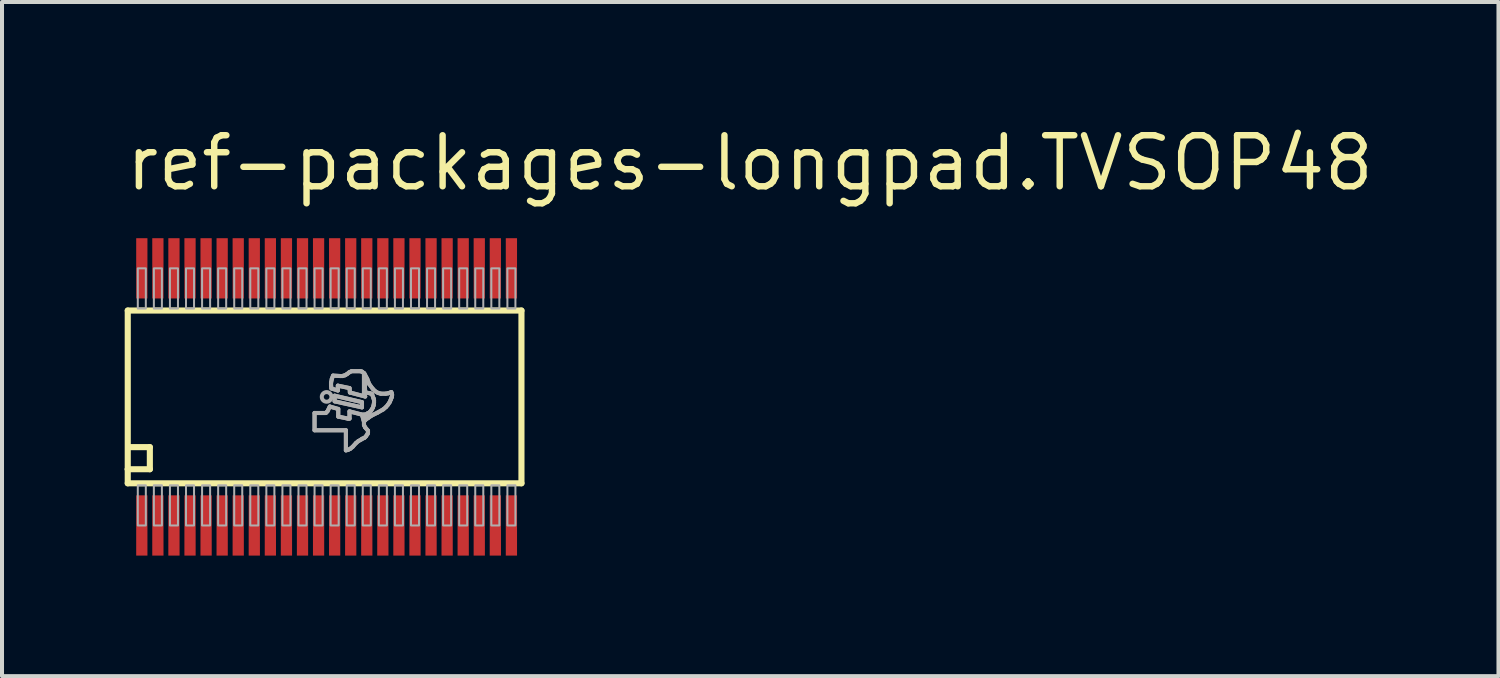
<source format=kicad_pcb>
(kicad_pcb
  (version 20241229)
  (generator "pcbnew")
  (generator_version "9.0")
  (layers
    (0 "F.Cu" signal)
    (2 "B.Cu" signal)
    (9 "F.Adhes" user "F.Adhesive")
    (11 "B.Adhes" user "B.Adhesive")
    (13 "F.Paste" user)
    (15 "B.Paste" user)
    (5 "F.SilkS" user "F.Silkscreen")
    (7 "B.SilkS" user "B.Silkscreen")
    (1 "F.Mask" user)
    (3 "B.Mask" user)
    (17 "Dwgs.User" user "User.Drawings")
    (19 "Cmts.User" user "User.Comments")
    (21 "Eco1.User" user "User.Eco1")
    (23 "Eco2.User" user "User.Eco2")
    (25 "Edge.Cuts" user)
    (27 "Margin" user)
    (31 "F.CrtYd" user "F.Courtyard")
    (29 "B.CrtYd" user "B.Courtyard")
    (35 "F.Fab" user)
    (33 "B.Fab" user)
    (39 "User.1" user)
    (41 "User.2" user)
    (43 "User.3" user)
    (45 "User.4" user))
  (footprint "ref-packages-longpad.TVSOP48"
    (layer "F.Cu")
    (at 5.08 6.83)
    (property "Reference" "ref-packages-longpad.TVSOP48" (at -5.08 -5.08 0) (layer "F.SilkS") (effects (font (size 1.27 1.27) (thickness 0.16)) (justify left bottom)))
    (attr smd)
    (fp_line (start -4.95 -2.15) (end 4.85 -2.15) (stroke (width 0.152) (type default)) (layer "F.SilkS"))
    (fp_line (start -4.95 1.8) (end -4.95 -2.15) (stroke (width 0.152) (type default)) (layer "F.SilkS"))
    (fp_line (start -4.95 2.15) (end -4.95 1.8) (stroke (width 0.152) (type default)) (layer "F.SilkS"))
    (fp_line (start -4.9 1.25) (end -4.4 1.25) (stroke (width 0.152) (type default)) (layer "F.SilkS"))
    (fp_line (start -4.4 1.25) (end -4.4 1.8) (stroke (width 0.152) (type default)) (layer "F.SilkS"))
    (fp_line (start -4.4 1.8) (end -4.95 1.8) (stroke (width 0.152) (type default)) (layer "F.SilkS"))
    (fp_line (start 4.85 -2.15) (end 4.85 2.15) (stroke (width 0.152) (type default)) (layer "F.SilkS"))
    (fp_line (start 4.85 2.15) (end -4.95 2.15) (stroke (width 0.152) (type default)) (layer "F.SilkS"))
    (fp_line (start -0.3 0.4) (end -0.3 0.83) (stroke (width 0.102) (type default)) (layer "F.Fab"))
    (fp_line (start -0.3 0.83) (end 0.48 0.83) (stroke (width 0.102) (type default)) (layer "F.Fab"))
    (fp_line (start -0.02 0.4) (end -0.3 0.4) (stroke (width 0.102) (type default)) (layer "F.Fab"))
    (fp_line (start 0.02 0.36) (end -0.02 0.4) (stroke (width 0.102) (type default)) (layer "F.Fab"))
    (fp_line (start 0.08 0.24) (end 0.02 0.36) (stroke (width 0.102) (type default)) (layer "F.Fab"))
    (fp_line (start 0.11 -0.35) (end 0.11 -0.29) (stroke (width 0.102) (type default)) (layer "F.Fab"))
    (fp_line (start 0.11 -0.29) (end 0.12 -0.21) (stroke (width 0.102) (type default)) (layer "F.Fab"))
    (fp_line (start 0.12 -0.21) (end 0.28 -0.16) (stroke (width 0.102) (type default)) (layer "F.Fab"))
    (fp_line (start 0.13 -0.45) (end 0.11 -0.35) (stroke (width 0.102) (type default)) (layer "F.Fab"))
    (fp_line (start 0.16 -0.53) (end 0.13 -0.45) (stroke (width 0.102) (type default)) (layer "F.Fab"))
    (fp_line (start 0.2 -0.03) (end 0.2 0.11) (stroke (width 0.102) (type default)) (layer "F.Fab"))
    (fp_line (start 0.2 0.11) (end 0.88 0.26) (stroke (width 0.102) (type default)) (layer "F.Fab"))
    (fp_line (start 0.28 -0.28) (end 0.57 -0.22) (stroke (width 0.102) (type default)) (layer "F.Fab"))
    (fp_line (start 0.28 -0.16) (end 0.28 -0.28) (stroke (width 0.102) (type default)) (layer "F.Fab"))
    (fp_line (start 0.29 0.3) (end 0.08 0.24) (stroke (width 0.102) (type default)) (layer "F.Fab"))
    (fp_line (start 0.29 0.49) (end 0.29 0.3) (stroke (width 0.102) (type default)) (layer "F.Fab"))
    (fp_line (start 0.34 -0.52) (end 0.16 -0.53) (stroke (width 0.102) (type default)) (layer "F.Fab"))
    (fp_line (start 0.39 -0.52) (end 0.34 -0.52) (stroke (width 0.102) (type default)) (layer "F.Fab"))
    (fp_line (start 0.46 -0.54) (end 0.39 -0.52) (stroke (width 0.102) (type default)) (layer "F.Fab"))
    (fp_line (start 0.48 0.83) (end 0.48 1.33) (stroke (width 0.102) (type default)) (layer "F.Fab"))
    (fp_line (start 0.48 1.33) (end 0.53 1.32) (stroke (width 0.102) (type default)) (layer "F.Fab"))
    (fp_line (start 0.51 -0.57) (end 0.46 -0.54) (stroke (width 0.102) (type default)) (layer "F.Fab"))
    (fp_line (start 0.53 0.54) (end 0.29 0.49) (stroke (width 0.102) (type default)) (layer "F.Fab"))
    (fp_line (start 0.53 1.32) (end 0.59 1.29) (stroke (width 0.102) (type default)) (layer "F.Fab"))
    (fp_line (start 0.56 -0.61) (end 0.51 -0.57) (stroke (width 0.102) (type default)) (layer "F.Fab"))
    (fp_line (start 0.57 -0.22) (end 0.58 -0.11) (stroke (width 0.102) (type default)) (layer "F.Fab"))
    (fp_line (start 0.57 0.36) (end 0.57 0.54) (stroke (width 0.102) (type default)) (layer "F.Fab"))
    (fp_line (start 0.57 0.54) (end 0.53 0.54) (stroke (width 0.102) (type default)) (layer "F.Fab"))
    (fp_line (start 0.58 -0.11) (end 0.96 -0.01) (stroke (width 0.102) (type default)) (layer "F.Fab"))
    (fp_line (start 0.59 1.29) (end 0.65 1.24) (stroke (width 0.102) (type default)) (layer "F.Fab"))
    (fp_line (start 0.62 -0.64) (end 0.56 -0.61) (stroke (width 0.102) (type default)) (layer "F.Fab"))
    (fp_line (start 0.65 1.24) (end 0.73 1.15) (stroke (width 0.102) (type default)) (layer "F.Fab"))
    (fp_line (start 0.73 1.15) (end 0.79 1.1) (stroke (width 0.102) (type default)) (layer "F.Fab"))
    (fp_line (start 0.79 1.1) (end 0.86 1.06) (stroke (width 0.102) (type default)) (layer "F.Fab"))
    (fp_line (start 0.84 -0.64) (end 0.62 -0.64) (stroke (width 0.102) (type default)) (layer "F.Fab"))
    (fp_line (start 0.86 1.06) (end 0.89 1.04) (stroke (width 0.102) (type default)) (layer "F.Fab"))
    (fp_line (start 0.88 -0.63) (end 0.84 -0.64) (stroke (width 0.102) (type default)) (layer "F.Fab"))
    (fp_line (start 0.88 0.13) (end 0.2 -0.03) (stroke (width 0.102) (type default)) (layer "F.Fab"))
    (fp_line (start 0.88 0.26) (end 0.88 0.13) (stroke (width 0.102) (type default)) (layer "F.Fab"))
    (fp_line (start 0.88 0.44) (end 0.57 0.36) (stroke (width 0.102) (type default)) (layer "F.Fab"))
    (fp_line (start 0.89 1.04) (end 0.94 1.02) (stroke (width 0.102) (type default)) (layer "F.Fab"))
    (fp_line (start 0.93 -0.59) (end 0.88 -0.63) (stroke (width 0.102) (type default)) (layer "F.Fab"))
    (fp_line (start 0.93 -0.09) (end 0.93 -0.59) (stroke (width 0.102) (type default)) (layer "F.Fab"))
    (fp_line (start 0.93 0.44) (end 0.93 0.59) (stroke (width 0.102) (type default)) (layer "F.Fab"))
    (fp_line (start 0.93 0.59) (end 0.95 0.59) (stroke (width 0.102) (type default)) (layer "F.Fab"))
    (fp_line (start 0.93 0.62) (end 0.88 0.44) (stroke (width 0.102) (type default)) (layer "F.Fab"))
    (fp_line (start 0.93 0.7) (end 0.93 0.62) (stroke (width 0.102) (type default)) (layer "F.Fab"))
    (fp_line (start 0.94 -0.58) (end 0.96 -0.11) (stroke (width 0.102) (type default)) (layer "F.Fab"))
    (fp_line (start 0.94 1.02) (end 0.98 0.98) (stroke (width 0.102) (type default)) (layer "F.Fab"))
    (fp_line (start 0.95 0.59) (end 0.98 0.56) (stroke (width 0.102) (type default)) (layer "F.Fab"))
    (fp_line (start 0.96 -0.11) (end 0.98 -0.11) (stroke (width 0.102) (type default)) (layer "F.Fab"))
    (fp_line (start 0.96 -0.01) (end 0.93 -0.09) (stroke (width 0.102) (type default)) (layer "F.Fab"))
    (fp_line (start 0.96 0.76) (end 0.93 0.7) (stroke (width 0.102) (type default)) (layer "F.Fab"))
    (fp_line (start 0.98 -0.11) (end 1.08 -0.09) (stroke (width 0.102) (type default)) (layer "F.Fab"))
    (fp_line (start 0.98 0.44) (end 0.93 0.44) (stroke (width 0.102) (type default)) (layer "F.Fab"))
    (fp_line (start 0.98 0.56) (end 1.04 0.52) (stroke (width 0.102) (type default)) (layer "F.Fab"))
    (fp_line (start 0.98 0.98) (end 1.02 0.92) (stroke (width 0.102) (type default)) (layer "F.Fab"))
    (fp_line (start 1.01 -0.45) (end 0.94 -0.58) (stroke (width 0.102) (type default)) (layer "F.Fab"))
    (fp_line (start 1.01 0.42) (end 0.98 0.44) (stroke (width 0.102) (type default)) (layer "F.Fab"))
    (fp_line (start 1.02 0.41) (end 1.01 0.42) (stroke (width 0.102) (type default)) (layer "F.Fab"))
    (fp_line (start 1.02 0.92) (end 1.03 0.89) (stroke (width 0.102) (type default)) (layer "F.Fab"))
    (fp_line (start 1.03 0.84) (end 0.96 0.76) (stroke (width 0.102) (type default)) (layer "F.Fab"))
    (fp_line (start 1.03 0.89) (end 1.03 0.84) (stroke (width 0.102) (type default)) (layer "F.Fab"))
    (fp_line (start 1.04 0.52) (end 1.11 0.47) (stroke (width 0.102) (type default)) (layer "F.Fab"))
    (fp_line (start 1.06 -0.32) (end 1.01 -0.45) (stroke (width 0.102) (type default)) (layer "F.Fab"))
    (fp_line (start 1.06 0.39) (end 1.02 0.41) (stroke (width 0.102) (type default)) (layer "F.Fab"))
    (fp_line (start 1.08 -0.09) (end 1.11 -0.08) (stroke (width 0.102) (type default)) (layer "F.Fab"))
    (fp_line (start 1.1 0.35) (end 1.06 0.39) (stroke (width 0.102) (type default)) (layer "F.Fab"))
    (fp_line (start 1.11 -0.08) (end 1.13 -0.07) (stroke (width 0.102) (type default)) (layer "F.Fab"))
    (fp_line (start 1.11 0.47) (end 1.27 0.39) (stroke (width 0.102) (type default)) (layer "F.Fab"))
    (fp_line (start 1.12 0.32) (end 1.1 0.35) (stroke (width 0.102) (type default)) (layer "F.Fab"))
    (fp_line (start 1.13 -0.07) (end 1.17 0.04) (stroke (width 0.102) (type default)) (layer "F.Fab"))
    (fp_line (start 1.15 -0.2) (end 1.06 -0.32) (stroke (width 0.102) (type default)) (layer "F.Fab"))
    (fp_line (start 1.15 0.27) (end 1.12 0.32) (stroke (width 0.102) (type default)) (layer "F.Fab"))
    (fp_line (start 1.17 0.04) (end 1.18 0.08) (stroke (width 0.102) (type default)) (layer "F.Fab"))
    (fp_line (start 1.17 0.21) (end 1.15 0.27) (stroke (width 0.102) (type default)) (layer "F.Fab"))
    (fp_line (start 1.18 0.08) (end 1.18 0.14) (stroke (width 0.102) (type default)) (layer "F.Fab"))
    (fp_line (start 1.18 0.14) (end 1.17 0.21) (stroke (width 0.102) (type default)) (layer "F.Fab"))
    (fp_line (start 1.21 -0.14) (end 1.15 -0.2) (stroke (width 0.102) (type default)) (layer "F.Fab"))
    (fp_line (start 1.27 0.39) (end 1.41 0.31) (stroke (width 0.102) (type default)) (layer "F.Fab"))
    (fp_line (start 1.28 -0.1) (end 1.21 -0.14) (stroke (width 0.102) (type default)) (layer "F.Fab"))
    (fp_line (start 1.35 -0.08) (end 1.28 -0.1) (stroke (width 0.102) (type default)) (layer "F.Fab"))
    (fp_line (start 1.41 0.31) (end 1.48 0.25) (stroke (width 0.102) (type default)) (layer "F.Fab"))
    (fp_line (start 1.47 -0.08) (end 1.35 -0.08) (stroke (width 0.102) (type default)) (layer "F.Fab"))
    (fp_line (start 1.48 0.25) (end 1.53 0.19) (stroke (width 0.102) (type default)) (layer "F.Fab"))
    (fp_line (start 1.53 -0.09) (end 1.47 -0.08) (stroke (width 0.102) (type default)) (layer "F.Fab"))
    (fp_line (start 1.53 0.19) (end 1.57 0.13) (stroke (width 0.102) (type default)) (layer "F.Fab"))
    (fp_line (start 1.57 0.13) (end 1.6 0.06) (stroke (width 0.102) (type default)) (layer "F.Fab"))
    (fp_line (start 1.6 0.06) (end 1.62 0.01) (stroke (width 0.102) (type default)) (layer "F.Fab"))
    (fp_line (start 1.61 -0.12) (end 1.53 -0.09) (stroke (width 0.102) (type default)) (layer "F.Fab"))
    (fp_line (start 1.62 -0.09) (end 1.61 -0.12) (stroke (width 0.102) (type default)) (layer "F.Fab"))
    (fp_line (start 1.62 0.01) (end 1.63 -0.05) (stroke (width 0.102) (type default)) (layer "F.Fab"))
    (fp_line (start 1.63 -0.05) (end 1.62 -0.09) (stroke (width 0.102) (type default)) (layer "F.Fab"))
    (fp_rect (start -4.7 -2.2) (end -4.5 -3.2) (stroke (width 0.05) (type default)) (fill no) (layer "F.Fab"))
    (fp_rect (start -4.7 3.2) (end -4.5 2.2) (stroke (width 0.05) (type default)) (fill no) (layer "F.Fab"))
    (fp_rect (start -4.3 -2.2) (end -4.1 -3.2) (stroke (width 0.05) (type default)) (fill no) (layer "F.Fab"))
    (fp_rect (start -4.3 3.2) (end -4.1 2.2) (stroke (width 0.05) (type default)) (fill no) (layer "F.Fab"))
    (fp_rect (start -3.9 -2.2) (end -3.7 -3.2) (stroke (width 0.05) (type default)) (fill no) (layer "F.Fab"))
    (fp_rect (start -3.9 3.2) (end -3.7 2.2) (stroke (width 0.05) (type default)) (fill no) (layer "F.Fab"))
    (fp_rect (start -3.5 -2.2) (end -3.3 -3.2) (stroke (width 0.05) (type default)) (fill no) (layer "F.Fab"))
    (fp_rect (start -3.5 3.2) (end -3.3 2.2) (stroke (width 0.05) (type default)) (fill no) (layer "F.Fab"))
    (fp_rect (start -3.1 -2.2) (end -2.9 -3.2) (stroke (width 0.05) (type default)) (fill no) (layer "F.Fab"))
    (fp_rect (start -3.1 3.2) (end -2.9 2.2) (stroke (width 0.05) (type default)) (fill no) (layer "F.Fab"))
    (fp_rect (start -2.7 -2.2) (end -2.5 -3.2) (stroke (width 0.05) (type default)) (fill no) (layer "F.Fab"))
    (fp_rect (start -2.7 3.2) (end -2.5 2.2) (stroke (width 0.05) (type default)) (fill no) (layer "F.Fab"))
    (fp_rect (start -2.3 -2.2) (end -2.1 -3.2) (stroke (width 0.05) (type default)) (fill no) (layer "F.Fab"))
    (fp_rect (start -2.3 3.2) (end -2.1 2.2) (stroke (width 0.05) (type default)) (fill no) (layer "F.Fab"))
    (fp_rect (start -1.9 -2.2) (end -1.7 -3.2) (stroke (width 0.05) (type default)) (fill no) (layer "F.Fab"))
    (fp_rect (start -1.9 3.2) (end -1.7 2.2) (stroke (width 0.05) (type default)) (fill no) (layer "F.Fab"))
    (fp_rect (start -1.5 -2.2) (end -1.3 -3.2) (stroke (width 0.05) (type default)) (fill no) (layer "F.Fab"))
    (fp_rect (start -1.5 3.2) (end -1.3 2.2) (stroke (width 0.05) (type default)) (fill no) (layer "F.Fab"))
    (fp_rect (start -1.1 -2.2) (end -0.9 -3.2) (stroke (width 0.05) (type default)) (fill no) (layer "F.Fab"))
    (fp_rect (start -1.1 3.2) (end -0.9 2.2) (stroke (width 0.05) (type default)) (fill no) (layer "F.Fab"))
    (fp_rect (start -0.7 -2.2) (end -0.5 -3.2) (stroke (width 0.05) (type default)) (fill no) (layer "F.Fab"))
    (fp_rect (start -0.7 3.2) (end -0.5 2.2) (stroke (width 0.05) (type default)) (fill no) (layer "F.Fab"))
    (fp_rect (start -0.3 -2.2) (end -0.1 -3.2) (stroke (width 0.05) (type default)) (fill no) (layer "F.Fab"))
    (fp_rect (start -0.3 3.2) (end -0.1 2.2) (stroke (width 0.05) (type default)) (fill no) (layer "F.Fab"))
    (fp_rect (start 0.1 -2.2) (end 0.3 -3.2) (stroke (width 0.05) (type default)) (fill no) (layer "F.Fab"))
    (fp_rect (start 0.1 3.2) (end 0.3 2.2) (stroke (width 0.05) (type default)) (fill no) (layer "F.Fab"))
    (fp_rect (start 0.5 -2.2) (end 0.7 -3.2) (stroke (width 0.05) (type default)) (fill no) (layer "F.Fab"))
    (fp_rect (start 0.5 3.2) (end 0.7 2.2) (stroke (width 0.05) (type default)) (fill no) (layer "F.Fab"))
    (fp_rect (start 0.9 -2.2) (end 1.1 -3.2) (stroke (width 0.05) (type default)) (fill no) (layer "F.Fab"))
    (fp_rect (start 0.9 3.2) (end 1.1 2.2) (stroke (width 0.05) (type default)) (fill no) (layer "F.Fab"))
    (fp_rect (start 1.3 -2.2) (end 1.5 -3.2) (stroke (width 0.05) (type default)) (fill no) (layer "F.Fab"))
    (fp_rect (start 1.3 3.2) (end 1.5 2.2) (stroke (width 0.05) (type default)) (fill no) (layer "F.Fab"))
    (fp_rect (start 1.7 -2.2) (end 1.9 -3.2) (stroke (width 0.05) (type default)) (fill no) (layer "F.Fab"))
    (fp_rect (start 1.7 3.2) (end 1.9 2.2) (stroke (width 0.05) (type default)) (fill no) (layer "F.Fab"))
    (fp_rect (start 2.1 -2.2) (end 2.3 -3.2) (stroke (width 0.05) (type default)) (fill no) (layer "F.Fab"))
    (fp_rect (start 2.1 3.2) (end 2.3 2.2) (stroke (width 0.05) (type default)) (fill no) (layer "F.Fab"))
    (fp_rect (start 2.5 -2.2) (end 2.7 -3.2) (stroke (width 0.05) (type default)) (fill no) (layer "F.Fab"))
    (fp_rect (start 2.5 3.2) (end 2.7 2.2) (stroke (width 0.05) (type default)) (fill no) (layer "F.Fab"))
    (fp_rect (start 2.9 -2.2) (end 3.1 -3.2) (stroke (width 0.05) (type default)) (fill no) (layer "F.Fab"))
    (fp_rect (start 2.9 3.2) (end 3.1 2.2) (stroke (width 0.05) (type default)) (fill no) (layer "F.Fab"))
    (fp_rect (start 3.3 -2.2) (end 3.5 -3.2) (stroke (width 0.05) (type default)) (fill no) (layer "F.Fab"))
    (fp_rect (start 3.3 3.2) (end 3.5 2.2) (stroke (width 0.05) (type default)) (fill no) (layer "F.Fab"))
    (fp_rect (start 3.7 -2.2) (end 3.9 -3.2) (stroke (width 0.05) (type default)) (fill no) (layer "F.Fab"))
    (fp_rect (start 3.7 3.2) (end 3.9 2.2) (stroke (width 0.05) (type default)) (fill no) (layer "F.Fab"))
    (fp_rect (start 4.1 -2.2) (end 4.3 -3.2) (stroke (width 0.05) (type default)) (fill no) (layer "F.Fab"))
    (fp_rect (start 4.1 3.2) (end 4.3 2.2) (stroke (width 0.05) (type default)) (fill no) (layer "F.Fab"))
    (fp_rect (start 4.5 -2.2) (end 4.7 -3.2) (stroke (width 0.05) (type default)) (fill no) (layer "F.Fab"))
    (fp_rect (start 4.5 3.2) (end 4.7 2.2) (stroke (width 0.05) (type default)) (fill no) (layer "F.Fab"))
    (fp_circle (center 0 0) (end 0.12 0) (stroke (width 0.1) (type default)) (fill no) (layer "F.Fab"))
    (fp_poly (pts (xy 0.2 -0.03) (xy 0.2 0.11) (xy 0.88 0.26) (xy 0.88 0.13)) (stroke (width 0.1) (type default)) (fill no) (layer "F.Fab"))
    (fp_poly (pts (xy 0.16 -0.53) (xy 0.13 -0.45) (xy 0.11 -0.35) (xy 0.11 -0.29) (xy 0.12 -0.21) (xy 0.28 -0.16) (xy 0.28 -0.28) (xy 0.57 -0.22) (xy 0.58 -0.11) (xy 0.96 -0.01) (xy 0.93 -0.09) (xy 0.93 -0.59) (xy 0.88 -0.63) (xy 0.84 -0.64) (xy 0.62 -0.64) (xy 0.56 -0.61) (xy 0.51 -0.57) (xy 0.46 -0.54) (xy 0.39 -0.52) (xy 0.34 -0.52)) (stroke (width 0.1) (type default)) (fill no) (layer "F.Fab"))
    (fp_poly (pts (xy -0.3 0.4) (xy -0.3 0.83) (xy 0.48 0.83) (xy 0.48 1.33) (xy 0.53 1.32) (xy 0.59 1.29) (xy 0.65 1.24) (xy 0.73 1.15) (xy 0.79 1.1) (xy 0.86 1.06) (xy 0.89 1.04) (xy 0.94 1.02) (xy 0.98 0.98) (xy 1.02 0.92) (xy 1.03 0.89) (xy 1.03 0.84) (xy 0.96 0.76) (xy 0.93 0.7) (xy 0.93 0.62) (xy 0.88 0.44) (xy 0.57 0.36) (xy 0.57 0.54) (xy 0.53 0.54) (xy 0.29 0.49) (xy 0.29 0.3) (xy 0.08 0.24) (xy 0.02 0.36) (xy -0.02 0.4)) (stroke (width 0.1) (type default)) (fill no) (layer "F.Fab"))
    (fp_poly (pts (xy 0.96 -0.11) (xy 0.98 -0.11) (xy 1.08 -0.09) (xy 1.11 -0.08) (xy 1.13 -0.07) (xy 1.17 0.04) (xy 1.18 0.08) (xy 1.18 0.14) (xy 1.17 0.21) (xy 1.15 0.27) (xy 1.12 0.32) (xy 1.1 0.35) (xy 1.06 0.39) (xy 1.02 0.41) (xy 1.01 0.42) (xy 0.98 0.44) (xy 0.93 0.44) (xy 0.93 0.59) (xy 0.95 0.59) (xy 0.98 0.56) (xy 1.04 0.52) (xy 1.11 0.47) (xy 1.27 0.39) (xy 1.41 0.31) (xy 1.48 0.25) (xy 1.53 0.19) (xy 1.57 0.13) (xy 1.6 0.06) (xy 1.62 0.01) (xy 1.63 -0.05) (xy 1.62 -0.09) (xy 1.61 -0.12) (xy 1.53 -0.09) (xy 1.47 -0.08) (xy 1.35 -0.08) (xy 1.28 -0.1) (xy 1.21 -0.14) (xy 1.15 -0.2) (xy 1.06 -0.32) (xy 1.01 -0.45) (xy 0.94 -0.58)) (stroke (width 0.1) (type default)) (fill no) (layer "F.Fab"))
    (pad "1" smd roundrect (at -4.6 3.2) (size 0.28 1.5) (layers "F.Cu" "F.Mask" "F.Paste") (roundrect_rratio 0.01))
    (pad "2" smd roundrect (at -4.2 3.2) (size 0.28 1.5) (layers "F.Cu" "F.Mask" "F.Paste") (roundrect_rratio 0.01))
    (pad "3" smd roundrect (at -3.8 3.2) (size 0.28 1.5) (layers "F.Cu" "F.Mask" "F.Paste") (roundrect_rratio 0.01))
    (pad "4" smd roundrect (at -3.4 3.2) (size 0.28 1.5) (layers "F.Cu" "F.Mask" "F.Paste") (roundrect_rratio 0.01))
    (pad "5" smd roundrect (at -3 3.2) (size 0.28 1.5) (layers "F.Cu" "F.Mask" "F.Paste") (roundrect_rratio 0.01))
    (pad "6" smd roundrect (at -2.6 3.2) (size 0.28 1.5) (layers "F.Cu" "F.Mask" "F.Paste") (roundrect_rratio 0.01))
    (pad "7" smd roundrect (at -2.2 3.2) (size 0.28 1.5) (layers "F.Cu" "F.Mask" "F.Paste") (roundrect_rratio 0.01))
    (pad "8" smd roundrect (at -1.8 3.2) (size 0.28 1.5) (layers "F.Cu" "F.Mask" "F.Paste") (roundrect_rratio 0.01))
    (pad "9" smd roundrect (at -1.4 3.2) (size 0.28 1.5) (layers "F.Cu" "F.Mask" "F.Paste") (roundrect_rratio 0.01))
    (pad "10" smd roundrect (at -1 3.2) (size 0.28 1.5) (layers "F.Cu" "F.Mask" "F.Paste") (roundrect_rratio 0.01))
    (pad "11" smd roundrect (at -0.6 3.2) (size 0.28 1.5) (layers "F.Cu" "F.Mask" "F.Paste") (roundrect_rratio 0.01))
    (pad "12" smd roundrect (at -0.2 3.2) (size 0.28 1.5) (layers "F.Cu" "F.Mask" "F.Paste") (roundrect_rratio 0.01))
    (pad "13" smd roundrect (at 0.2 3.2) (size 0.28 1.5) (layers "F.Cu" "F.Mask" "F.Paste") (roundrect_rratio 0.01))
    (pad "14" smd roundrect (at 0.6 3.2) (size 0.28 1.5) (layers "F.Cu" "F.Mask" "F.Paste") (roundrect_rratio 0.01))
    (pad "15" smd roundrect (at 1 3.2) (size 0.28 1.5) (layers "F.Cu" "F.Mask" "F.Paste") (roundrect_rratio 0.01))
    (pad "16" smd roundrect (at 1.4 3.2) (size 0.28 1.5) (layers "F.Cu" "F.Mask" "F.Paste") (roundrect_rratio 0.01))
    (pad "17" smd roundrect (at 1.8 3.2) (size 0.28 1.5) (layers "F.Cu" "F.Mask" "F.Paste") (roundrect_rratio 0.01))
    (pad "18" smd roundrect (at 2.2 3.2) (size 0.28 1.5) (layers "F.Cu" "F.Mask" "F.Paste") (roundrect_rratio 0.01))
    (pad "19" smd roundrect (at 2.6 3.2) (size 0.28 1.5) (layers "F.Cu" "F.Mask" "F.Paste") (roundrect_rratio 0.01))
    (pad "20" smd roundrect (at 3 3.2) (size 0.28 1.5) (layers "F.Cu" "F.Mask" "F.Paste") (roundrect_rratio 0.01))
    (pad "21" smd roundrect (at 3.4 3.2) (size 0.28 1.5) (layers "F.Cu" "F.Mask" "F.Paste") (roundrect_rratio 0.01))
    (pad "22" smd roundrect (at 3.8 3.2) (size 0.28 1.5) (layers "F.Cu" "F.Mask" "F.Paste") (roundrect_rratio 0.01))
    (pad "23" smd roundrect (at 4.2 3.2) (size 0.28 1.5) (layers "F.Cu" "F.Mask" "F.Paste") (roundrect_rratio 0.01))
    (pad "24" smd roundrect (at 4.6 3.2) (size 0.28 1.5) (layers "F.Cu" "F.Mask" "F.Paste") (roundrect_rratio 0.01))
    (pad "25" smd roundrect (at 4.6 -3.2) (size 0.28 1.5) (layers "F.Cu" "F.Mask" "F.Paste") (roundrect_rratio 0.01))
    (pad "26" smd roundrect (at 4.2 -3.2) (size 0.28 1.5) (layers "F.Cu" "F.Mask" "F.Paste") (roundrect_rratio 0.01))
    (pad "27" smd roundrect (at 3.8 -3.2) (size 0.28 1.5) (layers "F.Cu" "F.Mask" "F.Paste") (roundrect_rratio 0.01))
    (pad "28" smd roundrect (at 3.4 -3.2) (size 0.28 1.5) (layers "F.Cu" "F.Mask" "F.Paste") (roundrect_rratio 0.01))
    (pad "29" smd roundrect (at 3 -3.2) (size 0.28 1.5) (layers "F.Cu" "F.Mask" "F.Paste") (roundrect_rratio 0.01))
    (pad "30" smd roundrect (at 2.6 -3.2) (size 0.28 1.5) (layers "F.Cu" "F.Mask" "F.Paste") (roundrect_rratio 0.01))
    (pad "31" smd roundrect (at 2.2 -3.2) (size 0.28 1.5) (layers "F.Cu" "F.Mask" "F.Paste") (roundrect_rratio 0.01))
    (pad "32" smd roundrect (at 1.8 -3.2) (size 0.28 1.5) (layers "F.Cu" "F.Mask" "F.Paste") (roundrect_rratio 0.01))
    (pad "33" smd roundrect (at 1.4 -3.2) (size 0.28 1.5) (layers "F.Cu" "F.Mask" "F.Paste") (roundrect_rratio 0.01))
    (pad "34" smd roundrect (at 1 -3.2) (size 0.28 1.5) (layers "F.Cu" "F.Mask" "F.Paste") (roundrect_rratio 0.01))
    (pad "35" smd roundrect (at 0.6 -3.2) (size 0.28 1.5) (layers "F.Cu" "F.Mask" "F.Paste") (roundrect_rratio 0.01))
    (pad "36" smd roundrect (at 0.2 -3.2) (size 0.28 1.5) (layers "F.Cu" "F.Mask" "F.Paste") (roundrect_rratio 0.01))
    (pad "37" smd roundrect (at -0.2 -3.2) (size 0.28 1.5) (layers "F.Cu" "F.Mask" "F.Paste") (roundrect_rratio 0.01))
    (pad "38" smd roundrect (at -0.6 -3.2) (size 0.28 1.5) (layers "F.Cu" "F.Mask" "F.Paste") (roundrect_rratio 0.01))
    (pad "39" smd roundrect (at -1 -3.2) (size 0.28 1.5) (layers "F.Cu" "F.Mask" "F.Paste") (roundrect_rratio 0.01))
    (pad "40" smd roundrect (at -1.4 -3.2) (size 0.28 1.5) (layers "F.Cu" "F.Mask" "F.Paste") (roundrect_rratio 0.01))
    (pad "41" smd roundrect (at -1.8 -3.2) (size 0.28 1.5) (layers "F.Cu" "F.Mask" "F.Paste") (roundrect_rratio 0.01))
    (pad "42" smd roundrect (at -2.2 -3.2) (size 0.28 1.5) (layers "F.Cu" "F.Mask" "F.Paste") (roundrect_rratio 0.01))
    (pad "43" smd roundrect (at -2.6 -3.2) (size 0.28 1.5) (layers "F.Cu" "F.Mask" "F.Paste") (roundrect_rratio 0.01))
    (pad "44" smd roundrect (at -3 -3.2) (size 0.28 1.5) (layers "F.Cu" "F.Mask" "F.Paste") (roundrect_rratio 0.01))
    (pad "45" smd roundrect (at -3.4 -3.2) (size 0.28 1.5) (layers "F.Cu" "F.Mask" "F.Paste") (roundrect_rratio 0.01))
    (pad "46" smd roundrect (at -3.8 -3.2) (size 0.28 1.5) (layers "F.Cu" "F.Mask" "F.Paste") (roundrect_rratio 0.01))
    (pad "47" smd roundrect (at -4.2 -3.2) (size 0.28 1.5) (layers "F.Cu" "F.Mask" "F.Paste") (roundrect_rratio 0.01))
    (pad "48" smd roundrect (at -4.6 -3.2) (size 0.28 1.5) (layers "F.Cu" "F.Mask" "F.Paste") (roundrect_rratio 0.01)))
  (gr_rect
    (start -3 -3)
    (end 34.25 13.78)
    (stroke (width 0.1) (type default))
    (fill no)
    (layer "Edge.Cuts")))
</source>
